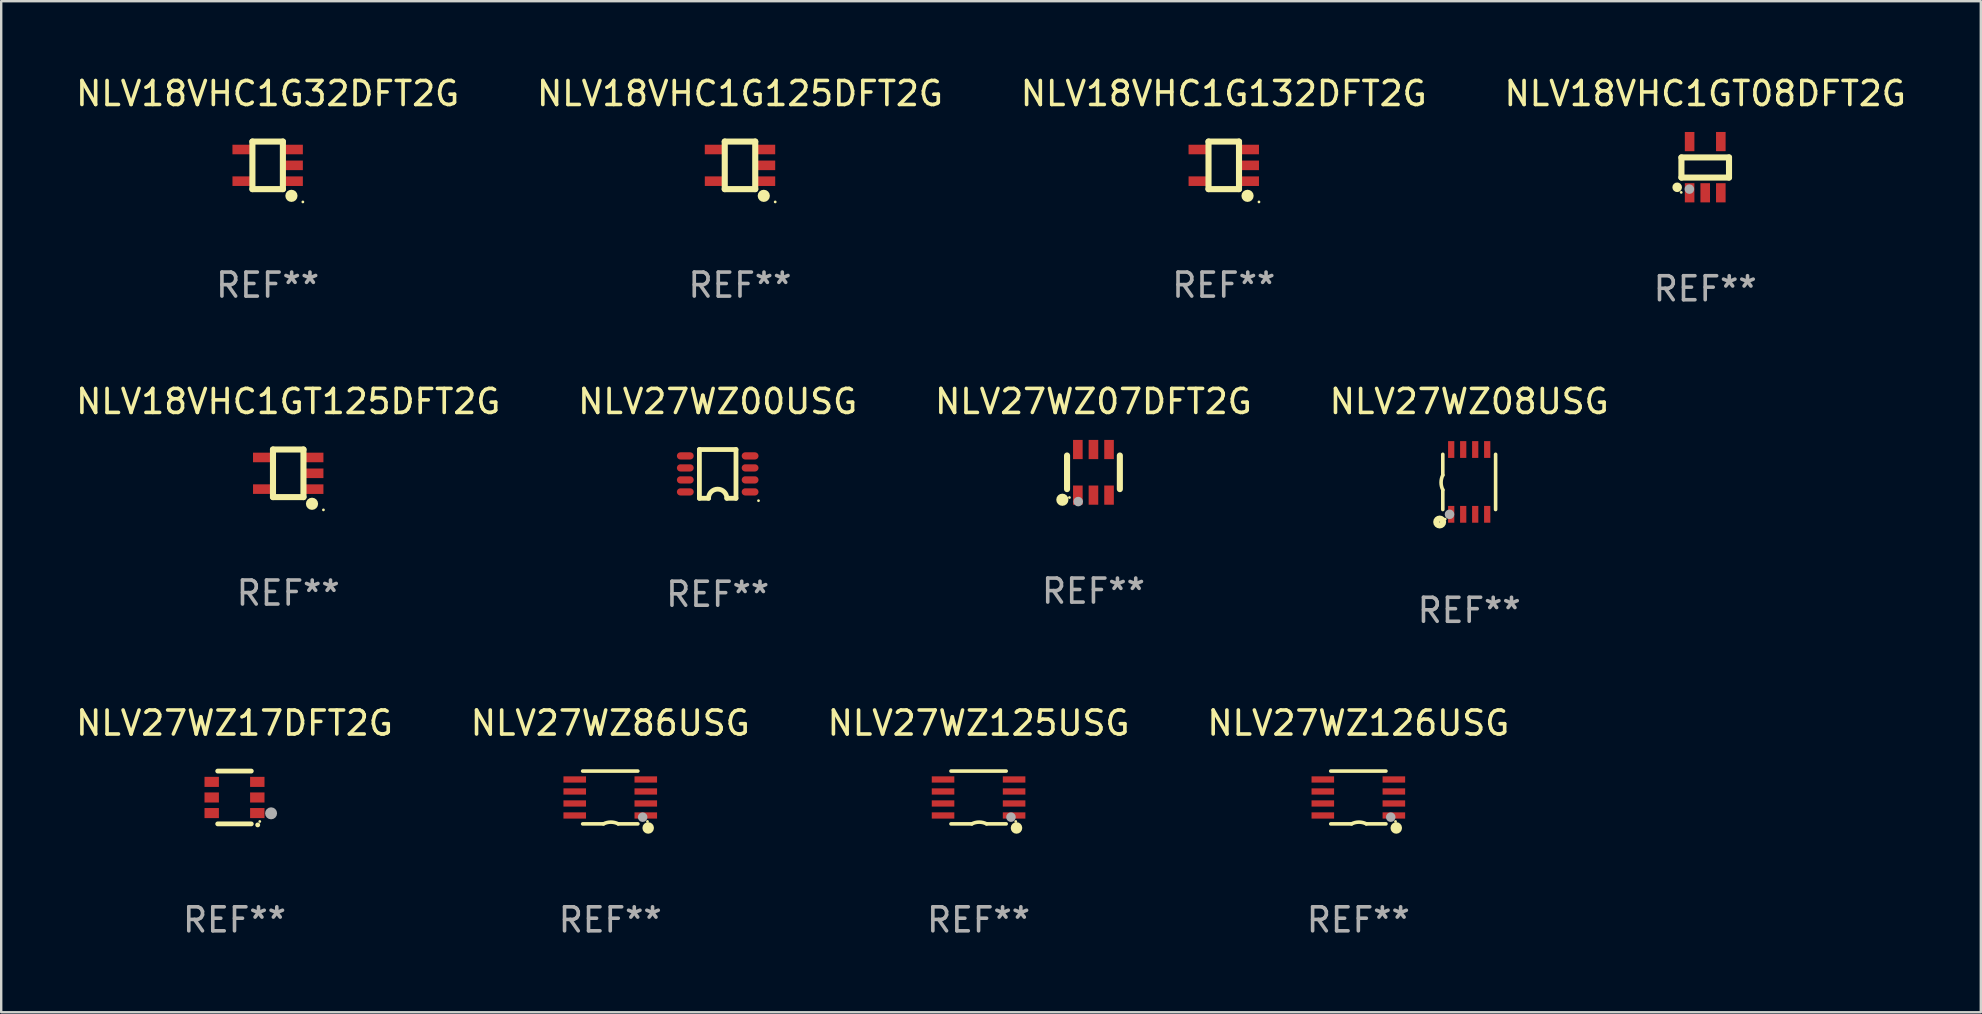
<source format=kicad_pcb>
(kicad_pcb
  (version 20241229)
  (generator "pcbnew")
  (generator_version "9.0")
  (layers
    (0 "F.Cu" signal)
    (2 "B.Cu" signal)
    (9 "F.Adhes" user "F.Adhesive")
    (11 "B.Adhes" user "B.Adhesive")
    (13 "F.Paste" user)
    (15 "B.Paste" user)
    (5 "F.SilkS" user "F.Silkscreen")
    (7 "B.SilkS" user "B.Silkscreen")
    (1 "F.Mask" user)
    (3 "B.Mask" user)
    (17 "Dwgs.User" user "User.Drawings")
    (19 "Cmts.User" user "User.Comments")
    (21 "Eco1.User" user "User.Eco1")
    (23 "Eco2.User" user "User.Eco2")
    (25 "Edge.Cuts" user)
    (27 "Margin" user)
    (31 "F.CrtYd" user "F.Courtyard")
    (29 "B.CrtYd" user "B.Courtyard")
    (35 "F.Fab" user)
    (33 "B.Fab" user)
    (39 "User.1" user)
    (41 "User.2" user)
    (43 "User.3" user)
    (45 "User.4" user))
  (footprint "NLV27WZ86USG"
    (layer "F.Cu")
    (at 22.375 30.175)
    (property "Reference" "NLV27WZ86USG" (at 0 -3.1 0) (layer "F.SilkS") (effects (font (size 1 1) (thickness 0.15))))
    (attr through_hole)
    (fp_line (start -1.15 -1.1) (end 1.15 -1.1) (stroke (width 0.15) (type solid)) (layer "F.SilkS"))
    (fp_line (start -1.15 1.1) (end -0.282 1.1) (stroke (width 0.15) (type solid)) (layer "F.SilkS"))
    (fp_line (start 1.15 1.1) (end 0.332 1.1) (stroke (width 0.15) (type solid)) (layer "F.SilkS"))
    (fp_arc (start -0.282449 1.1) (mid 0.025014 1.026651) (end 0.332741 1.098882) (stroke (width 0.150013) (type solid)) (layer "F.SilkS"))
    (fp_circle (center 1.55 1) (end 1.58 1) (stroke (width 0.06) (type solid)) (fill no) (layer "F.SilkS"))
    (fp_circle (center 1.58 1.27) (end 1.7 1.27) (stroke (width 0.24) (type solid)) (fill no) (layer "F.SilkS"))
    (fp_circle (center 1.35 0.82) (end 1.45 0.82) (stroke (width 0.2) (type solid)) (fill no) (layer "F.Fab"))
    (fp_text user "REF**" (at 0 5.1 0) (layer "F.Fab") (effects (font (size 1 1) (thickness 0.15))))
    (pad "1" smd rect (at 1.48 0.75) (size 0.94 0.26) (layers "F.Cu" "F.Mask" "F.Paste"))
    (pad "2" smd rect (at 1.48 0.25) (size 0.94 0.26) (layers "F.Cu" "F.Mask" "F.Paste"))
    (pad "3" smd rect (at 1.48 -0.25) (size 0.94 0.26) (layers "F.Cu" "F.Mask" "F.Paste"))
    (pad "4" smd rect (at 1.48 -0.75) (size 0.94 0.26) (layers "F.Cu" "F.Mask" "F.Paste"))
    (pad "5" smd rect (at -1.48 -0.75) (size 0.94 0.26) (layers "F.Cu" "F.Mask" "F.Paste"))
    (pad "6" smd rect (at -1.48 -0.25) (size 0.94 0.26) (layers "F.Cu" "F.Mask" "F.Paste"))
    (pad "7" smd rect (at -1.48 0.25) (size 0.94 0.26) (layers "F.Cu" "F.Mask" "F.Paste"))
    (pad "8" smd rect (at -1.48 0.75) (size 0.94 0.26) (layers "F.Cu" "F.Mask" "F.Paste")))
  (footprint "NLV27WZ07DFT2G"
    (layer "F.Cu")
    (at 42.506 16.628)
    (property "Reference" "NLV27WZ07DFT2G" (at 0 -2.95 0) (layer "F.SilkS") (effects (font (size 1 1) (thickness 0.15))))
    (attr through_hole)
    (fp_line (start -1.1 -0.7) (end -1.1 0.7) (stroke (width 0.254) (type solid)) (layer "F.SilkS"))
    (fp_line (start 1.1 -0.7) (end 1.1 0.7) (stroke (width 0.254) (type solid)) (layer "F.SilkS"))
    (fp_circle (center -1.295 1.143) (end -1.168 1.143) (stroke (width 0.254) (type solid)) (fill no) (layer "F.SilkS"))
    (fp_circle (center -1 1.05) (end -0.97 1.05) (stroke (width 0.06) (type solid)) (fill no) (layer "F.SilkS"))
    (fp_circle (center -0.635 1.219) (end -0.535 1.219) (stroke (width 0.2) (type solid)) (fill no) (layer "F.Fab"))
    (fp_text user "REF**" (at 0 4.95 0) (layer "F.Fab") (effects (font (size 1 1) (thickness 0.15))))
    (pad "1" smd rect (at -0.65 0.95) (size 0.4 0.8) (layers "F.Cu" "F.Mask" "F.Paste"))
    (pad "2" smd rect (at 0 0.95) (size 0.4 0.8) (layers "F.Cu" "F.Mask" "F.Paste"))
    (pad "3" smd rect (at 0.65 0.95) (size 0.4 0.8) (layers "F.Cu" "F.Mask" "F.Paste"))
    (pad "4" smd rect (at 0.65 -0.95) (size 0.4 0.8) (layers "F.Cu" "F.Mask" "F.Paste"))
    (pad "5" smd rect (at 0 -0.95) (size 0.4 0.8) (layers "F.Cu" "F.Mask" "F.Paste"))
    (pad "6" smd rect (at -0.65 -0.95) (size 0.4 0.8) (layers "F.Cu" "F.Mask" "F.Paste")))
  (footprint "NLV18VHC1G32DFT2G"
    (layer "F.Cu")
    (at 8.101 3.839)
    (property "Reference" "NLV18VHC1G32DFT2G" (at 0 -2.991 0) (layer "F.SilkS") (effects (font (size 1 1) (thickness 0.15))))
    (attr through_hole)
    (fp_line (start -0.635 -0.991) (end 0.635 -0.991) (stroke (width 0.254) (type solid)) (layer "F.SilkS"))
    (fp_line (start -0.635 0.991) (end -0.635 -0.991) (stroke (width 0.254) (type solid)) (layer "F.SilkS"))
    (fp_line (start 0.635 -0.991) (end 0.635 0.991) (stroke (width 0.254) (type solid)) (layer "F.SilkS"))
    (fp_line (start 0.635 0.991) (end -0.635 0.991) (stroke (width 0.254) (type solid)) (layer "F.SilkS"))
    (fp_circle (center 0.991 1.27) (end 1.118 1.27) (stroke (width 0.254) (type solid)) (fill no) (layer "F.SilkS"))
    (fp_circle (center 1.467 1.524) (end 1.497 1.524) (stroke (width 0.06) (type solid)) (fill no) (layer "F.SilkS"))
    (fp_text user "REF**" (at 0 4.991 0) (layer "F.Fab") (effects (font (size 1 1) (thickness 0.15))))
    (pad "1" smd rect (at 1.067 0.66 180) (size 0.8 0.399) (layers "F.Cu" "F.Mask" "F.Paste"))
    (pad "2" smd rect (at 1.067 0 180) (size 0.8 0.399) (layers "F.Cu" "F.Mask" "F.Paste"))
    (pad "3" smd rect (at 1.067 -0.66 180) (size 0.8 0.399) (layers "F.Cu" "F.Mask" "F.Paste"))
    (pad "4" smd rect (at -1.067 -0.66 180) (size 0.8 0.399) (layers "F.Cu" "F.Mask" "F.Paste"))
    (pad "5" smd rect (at -1.066 0.659 180) (size 0.8 0.399) (layers "F.Cu" "F.Mask" "F.Paste")))
  (footprint "NLV18VHC1GT08DFT2G"
    (layer "F.Cu")
    (at 67.994 3.915)
    (property "Reference" "NLV18VHC1GT08DFT2G" (at 0 -3.067 0) (layer "F.SilkS") (effects (font (size 1 1) (thickness 0.15))))
    (attr through_hole)
    (fp_line (start -0.991 -0.406) (end 0.991 -0.406) (stroke (width 0.254) (type solid)) (layer "F.SilkS"))
    (fp_line (start -0.991 0.432) (end -0.991 -0.406) (stroke (width 0.254) (type solid)) (layer "F.SilkS"))
    (fp_line (start 0.991 -0.406) (end 0.991 0.432) (stroke (width 0.254) (type solid)) (layer "F.SilkS"))
    (fp_line (start 0.991 0.432) (end -0.991 0.432) (stroke (width 0.254) (type solid)) (layer "F.SilkS"))
    (fp_circle (center -1.168 0.838) (end -1.068 0.838) (stroke (width 0.2) (type solid)) (fill no) (layer "F.SilkS"))
    (fp_circle (center -1 1.05) (end -0.97 1.05) (stroke (width 0.06) (type solid)) (fill no) (layer "F.SilkS"))
    (fp_circle (center -0.66 0.914) (end -0.56 0.914) (stroke (width 0.2) (type solid)) (fill no) (layer "F.Fab"))
    (fp_text user "REF**" (at 0 5.067 0) (layer "F.Fab") (effects (font (size 1 1) (thickness 0.15))))
    (pad "1" smd rect (at -0.65 1.067 90) (size 0.8 0.399) (layers "F.Cu" "F.Mask" "F.Paste"))
    (pad "2" smd rect (at 0 1.067 90) (size 0.8 0.399) (layers "F.Cu" "F.Mask" "F.Paste"))
    (pad "3" smd rect (at 0.65 1.067 90) (size 0.8 0.399) (layers "F.Cu" "F.Mask" "F.Paste"))
    (pad "4" smd rect (at 0.65 -1.067 90) (size 0.8 0.399) (layers "F.Cu" "F.Mask" "F.Paste"))
    (pad "5" smd rect (at -0.65 -1.066 90) (size 0.8 0.399) (layers "F.Cu" "F.Mask" "F.Paste")))
  (footprint "NLV27WZ126USG"
    (layer "F.Cu")
    (at 53.542 30.175)
    (property "Reference" "NLV27WZ126USG" (at 0 -3.1 0) (layer "F.SilkS") (effects (font (size 1 1) (thickness 0.15))))
    (attr through_hole)
    (fp_line (start -1.15 -1.1) (end 1.15 -1.1) (stroke (width 0.15) (type solid)) (layer "F.SilkS"))
    (fp_line (start -1.15 1.1) (end -0.282 1.1) (stroke (width 0.15) (type solid)) (layer "F.SilkS"))
    (fp_line (start 1.15 1.1) (end 0.332 1.1) (stroke (width 0.15) (type solid)) (layer "F.SilkS"))
    (fp_arc (start -0.282449 1.1) (mid 0.025014 1.026651) (end 0.332741 1.098882) (stroke (width 0.150013) (type solid)) (layer "F.SilkS"))
    (fp_circle (center 1.55 1) (end 1.58 1) (stroke (width 0.06) (type solid)) (fill no) (layer "F.SilkS"))
    (fp_circle (center 1.58 1.27) (end 1.7 1.27) (stroke (width 0.24) (type solid)) (fill no) (layer "F.SilkS"))
    (fp_circle (center 1.35 0.82) (end 1.45 0.82) (stroke (width 0.2) (type solid)) (fill no) (layer "F.Fab"))
    (fp_text user "REF**" (at 0 5.1 0) (layer "F.Fab") (effects (font (size 1 1) (thickness 0.15))))
    (pad "1" smd rect (at 1.48 0.75) (size 0.94 0.26) (layers "F.Cu" "F.Mask" "F.Paste"))
    (pad "2" smd rect (at 1.48 0.25) (size 0.94 0.26) (layers "F.Cu" "F.Mask" "F.Paste"))
    (pad "3" smd rect (at 1.48 -0.25) (size 0.94 0.26) (layers "F.Cu" "F.Mask" "F.Paste"))
    (pad "4" smd rect (at 1.48 -0.75) (size 0.94 0.26) (layers "F.Cu" "F.Mask" "F.Paste"))
    (pad "5" smd rect (at -1.48 -0.75) (size 0.94 0.26) (layers "F.Cu" "F.Mask" "F.Paste"))
    (pad "6" smd rect (at -1.48 -0.25) (size 0.94 0.26) (layers "F.Cu" "F.Mask" "F.Paste"))
    (pad "7" smd rect (at -1.48 0.25) (size 0.94 0.26) (layers "F.Cu" "F.Mask" "F.Paste"))
    (pad "8" smd rect (at -1.48 0.75) (size 0.94 0.26) (layers "F.Cu" "F.Mask" "F.Paste")))
  (footprint "NLV18VHC1GT125DFT2G"
    (layer "F.Cu")
    (at 8.958 16.669)
    (property "Reference" "NLV18VHC1GT125DFT2G" (at 0 -2.991 0) (layer "F.SilkS") (effects (font (size 1 1) (thickness 0.15))))
    (attr through_hole)
    (fp_line (start -0.635 -0.991) (end 0.635 -0.991) (stroke (width 0.254) (type solid)) (layer "F.SilkS"))
    (fp_line (start -0.635 0.991) (end -0.635 -0.991) (stroke (width 0.254) (type solid)) (layer "F.SilkS"))
    (fp_line (start 0.635 -0.991) (end 0.635 0.991) (stroke (width 0.254) (type solid)) (layer "F.SilkS"))
    (fp_line (start 0.635 0.991) (end -0.635 0.991) (stroke (width 0.254) (type solid)) (layer "F.SilkS"))
    (fp_circle (center 0.991 1.27) (end 1.118 1.27) (stroke (width 0.254) (type solid)) (fill no) (layer "F.SilkS"))
    (fp_circle (center 1.467 1.524) (end 1.497 1.524) (stroke (width 0.06) (type solid)) (fill no) (layer "F.SilkS"))
    (fp_text user "REF**" (at 0 4.991 0) (layer "F.Fab") (effects (font (size 1 1) (thickness 0.15))))
    (pad "1" smd rect (at 1.067 0.66 180) (size 0.8 0.399) (layers "F.Cu" "F.Mask" "F.Paste"))
    (pad "2" smd rect (at 1.067 0 180) (size 0.8 0.399) (layers "F.Cu" "F.Mask" "F.Paste"))
    (pad "3" smd rect (at 1.067 -0.66 180) (size 0.8 0.399) (layers "F.Cu" "F.Mask" "F.Paste"))
    (pad "4" smd rect (at -1.067 -0.66 180) (size 0.8 0.399) (layers "F.Cu" "F.Mask" "F.Paste"))
    (pad "5" smd rect (at -1.066 0.659 180) (size 0.8 0.399) (layers "F.Cu" "F.Mask" "F.Paste")))
  (footprint "NLV27WZ08USG"
    (layer "F.Cu")
    (at 58.161 17.028)
    (property "Reference" "NLV27WZ08USG" (at 0 -3.35 0) (layer "F.SilkS") (effects (font (size 1 1) (thickness 0.15))))
    (attr through_hole)
    (fp_line (start -1.1 -1.15) (end -1.1 -0.282) (stroke (width 0.15) (type solid)) (layer "F.SilkS"))
    (fp_line (start -1.1 1.15) (end -1.1 0.332) (stroke (width 0.15) (type solid)) (layer "F.SilkS"))
    (fp_line (start 1.1 -1.15) (end 1.1 1.15) (stroke (width 0.15) (type solid)) (layer "F.SilkS"))
    (fp_arc (start -1.098883 0.33274) (mid -1.171878 0.025277) (end -1.1 -0.282449) (stroke (width 0.150013) (type solid)) (layer "F.SilkS"))
    (fp_circle (center -1.23 1.67) (end -1.087 1.67) (stroke (width 0.254) (type solid)) (fill no) (layer "F.SilkS"))
    (fp_circle (center -1 1.55) (end -0.97 1.55) (stroke (width 0.06) (type solid)) (fill no) (layer "F.SilkS"))
    (fp_circle (center -0.82 1.35) (end -0.72 1.35) (stroke (width 0.2) (type solid)) (fill no) (layer "F.Fab"))
    (fp_text user "REF**" (at 0 5.35 0) (layer "F.Fab") (effects (font (size 1 1) (thickness 0.15))))
    (pad "1" smd rect (at -0.75 1.35) (size 0.26 0.7) (layers "F.Cu" "F.Mask" "F.Paste"))
    (pad "2" smd rect (at -0.25 1.35) (size 0.26 0.7) (layers "F.Cu" "F.Mask" "F.Paste"))
    (pad "3" smd rect (at 0.25 1.35) (size 0.26 0.7) (layers "F.Cu" "F.Mask" "F.Paste"))
    (pad "4" smd rect (at 0.75 1.35) (size 0.26 0.7) (layers "F.Cu" "F.Mask" "F.Paste"))
    (pad "5" smd rect (at 0.75 -1.35) (size 0.26 0.7) (layers "F.Cu" "F.Mask" "F.Paste"))
    (pad "6" smd rect (at 0.25 -1.35) (size 0.26 0.7) (layers "F.Cu" "F.Mask" "F.Paste"))
    (pad "7" smd rect (at -0.25 -1.35) (size 0.26 0.7) (layers "F.Cu" "F.Mask" "F.Paste"))
    (pad "8" smd rect (at -0.75 -1.35) (size 0.26 0.7) (layers "F.Cu" "F.Mask" "F.Paste")))
  (footprint "NLV27WZ125USG"
    (layer "F.Cu")
    (at 37.72 30.175)
    (property "Reference" "NLV27WZ125USG" (at 0 -3.1 0) (layer "F.SilkS") (effects (font (size 1 1) (thickness 0.15))))
    (attr through_hole)
    (fp_line (start -1.15 -1.1) (end 1.15 -1.1) (stroke (width 0.15) (type solid)) (layer "F.SilkS"))
    (fp_line (start -1.15 1.1) (end -0.282 1.1) (stroke (width 0.15) (type solid)) (layer "F.SilkS"))
    (fp_line (start 1.15 1.1) (end 0.332 1.1) (stroke (width 0.15) (type solid)) (layer "F.SilkS"))
    (fp_arc (start -0.282449 1.1) (mid 0.025014 1.026651) (end 0.332741 1.098882) (stroke (width 0.150013) (type solid)) (layer "F.SilkS"))
    (fp_circle (center 1.55 1) (end 1.58 1) (stroke (width 0.06) (type solid)) (fill no) (layer "F.SilkS"))
    (fp_circle (center 1.58 1.27) (end 1.7 1.27) (stroke (width 0.24) (type solid)) (fill no) (layer "F.SilkS"))
    (fp_circle (center 1.35 0.82) (end 1.45 0.82) (stroke (width 0.2) (type solid)) (fill no) (layer "F.Fab"))
    (fp_text user "REF**" (at 0 5.1 0) (layer "F.Fab") (effects (font (size 1 1) (thickness 0.15))))
    (pad "1" smd rect (at 1.48 0.75) (size 0.94 0.26) (layers "F.Cu" "F.Mask" "F.Paste"))
    (pad "2" smd rect (at 1.48 0.25) (size 0.94 0.26) (layers "F.Cu" "F.Mask" "F.Paste"))
    (pad "3" smd rect (at 1.48 -0.25) (size 0.94 0.26) (layers "F.Cu" "F.Mask" "F.Paste"))
    (pad "4" smd rect (at 1.48 -0.75) (size 0.94 0.26) (layers "F.Cu" "F.Mask" "F.Paste"))
    (pad "5" smd rect (at -1.48 -0.75) (size 0.94 0.26) (layers "F.Cu" "F.Mask" "F.Paste"))
    (pad "6" smd rect (at -1.48 -0.25) (size 0.94 0.26) (layers "F.Cu" "F.Mask" "F.Paste"))
    (pad "7" smd rect (at -1.48 0.25) (size 0.94 0.26) (layers "F.Cu" "F.Mask" "F.Paste"))
    (pad "8" smd rect (at -1.48 0.75) (size 0.94 0.26) (layers "F.Cu" "F.Mask" "F.Paste")))
  (footprint "NLV18VHC1G125DFT2G"
    (layer "F.Cu")
    (at 27.78 3.839)
    (property "Reference" "NLV18VHC1G125DFT2G" (at 0 -2.991 0) (layer "F.SilkS") (effects (font (size 1 1) (thickness 0.15))))
    (attr through_hole)
    (fp_line (start -0.635 -0.991) (end 0.635 -0.991) (stroke (width 0.254) (type solid)) (layer "F.SilkS"))
    (fp_line (start -0.635 0.991) (end -0.635 -0.991) (stroke (width 0.254) (type solid)) (layer "F.SilkS"))
    (fp_line (start 0.635 -0.991) (end 0.635 0.991) (stroke (width 0.254) (type solid)) (layer "F.SilkS"))
    (fp_line (start 0.635 0.991) (end -0.635 0.991) (stroke (width 0.254) (type solid)) (layer "F.SilkS"))
    (fp_circle (center 0.991 1.27) (end 1.118 1.27) (stroke (width 0.254) (type solid)) (fill no) (layer "F.SilkS"))
    (fp_circle (center 1.467 1.524) (end 1.497 1.524) (stroke (width 0.06) (type solid)) (fill no) (layer "F.SilkS"))
    (fp_text user "REF**" (at 0 4.991 0) (layer "F.Fab") (effects (font (size 1 1) (thickness 0.15))))
    (pad "1" smd rect (at 1.067 0.66 180) (size 0.8 0.399) (layers "F.Cu" "F.Mask" "F.Paste"))
    (pad "2" smd rect (at 1.067 0 180) (size 0.8 0.399) (layers "F.Cu" "F.Mask" "F.Paste"))
    (pad "3" smd rect (at 1.067 -0.66 180) (size 0.8 0.399) (layers "F.Cu" "F.Mask" "F.Paste"))
    (pad "4" smd rect (at -1.067 -0.66 180) (size 0.8 0.399) (layers "F.Cu" "F.Mask" "F.Paste"))
    (pad "5" smd rect (at -1.066 0.659 180) (size 0.8 0.399) (layers "F.Cu" "F.Mask" "F.Paste")))
  (footprint "NLV27WZ00USG"
    (layer "F.Cu")
    (at 26.851 16.694)
    (property "Reference" "NLV27WZ00USG" (at 0 -3.016 0) (layer "F.SilkS") (effects (font (size 1 1) (thickness 0.15))))
    (attr through_hole)
    (fp_line (start -0.762 -1.016) (end 0.762 -1.016) (stroke (width 0.2) (type solid)) (layer "F.SilkS"))
    (fp_line (start -0.762 1.016) (end -0.762 -1.016) (stroke (width 0.2) (type solid)) (layer "F.SilkS"))
    (fp_line (start -0.381 1.016) (end -0.762 1.016) (stroke (width 0.2) (type solid)) (layer "F.SilkS"))
    (fp_line (start 0.762 -1.016) (end 0.762 1.016) (stroke (width 0.2) (type solid)) (layer "F.SilkS"))
    (fp_line (start 0.762 1.016) (end 0.381 1.016) (stroke (width 0.2) (type solid)) (layer "F.SilkS"))
    (fp_arc (start -0.381051 1.015977) (mid -0.000025 0.635281) (end 0.381001 1.015977) (stroke (width 0.2) (type solid)) (layer "F.SilkS"))
    (fp_circle (center 1.7 1.116) (end 1.73 1.116) (stroke (width 0.06) (type solid)) (fill no) (layer "F.SilkS"))
    (fp_text user "REF**" (at 0 5.016 0) (layer "F.Fab") (effects (font (size 1 1) (thickness 0.15))))
    (pad "1" smd oval (at 1.35 0.75 90) (size 0.3 0.7) (layers "F.Cu" "F.Mask" "F.Paste"))
    (pad "2" smd oval (at 1.35 0.25 90) (size 0.3 0.7) (layers "F.Cu" "F.Mask" "F.Paste"))
    (pad "3" smd oval (at 1.35 -0.25 90) (size 0.3 0.7) (layers "F.Cu" "F.Mask" "F.Paste"))
    (pad "4" smd oval (at 1.35 -0.75 90) (size 0.3 0.7) (layers "F.Cu" "F.Mask" "F.Paste"))
    (pad "5" smd oval (at -1.35 -0.75 90) (size 0.3 0.7) (layers "F.Cu" "F.Mask" "F.Paste"))
    (pad "6" smd oval (at -1.35 -0.25 90) (size 0.3 0.7) (layers "F.Cu" "F.Mask" "F.Paste"))
    (pad "7" smd oval (at -1.35 0.25 90) (size 0.3 0.7) (layers "F.Cu" "F.Mask" "F.Paste"))
    (pad "8" smd oval (at -1.35 0.75 90) (size 0.3 0.7) (layers "F.Cu" "F.Mask" "F.Paste")))
  (footprint "NLV27WZ17DFT2G"
    (layer "F.Cu")
    (at 6.72 30.175)
    (property "Reference" "NLV27WZ17DFT2G" (at 0 -3.1 0) (layer "F.SilkS") (effects (font (size 1 1) (thickness 0.15))))
    (attr through_hole)
    (fp_line (start -0.7 -1.1) (end 0.7 -1.1) (stroke (width 0.2) (type solid)) (layer "F.SilkS"))
    (fp_line (start -0.7 1.1) (end 0.7 1.1) (stroke (width 0.2) (type solid)) (layer "F.SilkS"))
    (fp_arc (start 0.965202 1.143002) (mid 0.966472 1.142996) (end 0.967742 1.143002) (stroke (width 0.2) (type solid)) (layer "F.SilkS"))
    (fp_circle (center 1.053 1) (end 1.083 1) (stroke (width 0.06) (type solid)) (fill no) (layer "F.SilkS"))
    (fp_circle (center 1.524 0.66) (end 1.649 0.66) (stroke (width 0.25) (type solid)) (fill no) (layer "F.Fab"))
    (fp_text user "REF**" (at 0 5.1 0) (layer "F.Fab") (effects (font (size 1 1) (thickness 0.15))))
    (pad "1" smd rect (at 0.95 0.65 90) (size 0.42 0.6) (layers "F.Cu" "F.Mask" "F.Paste"))
    (pad "2" smd rect (at 0.95 0 90) (size 0.42 0.6) (layers "F.Cu" "F.Mask" "F.Paste"))
    (pad "3" smd rect (at 0.95 -0.65 90) (size 0.42 0.6) (layers "F.Cu" "F.Mask" "F.Paste"))
    (pad "4" smd rect (at -0.95 -0.65 270) (size 0.42 0.6) (layers "F.Cu" "F.Mask" "F.Paste"))
    (pad "5" smd rect (at -0.95 0 270) (size 0.42 0.6) (layers "F.Cu" "F.Mask" "F.Paste"))
    (pad "6" smd rect (at -0.95 0.65 270) (size 0.42 0.6) (layers "F.Cu" "F.Mask" "F.Paste")))
  (footprint "NLV18VHC1G132DFT2G"
    (layer "F.Cu")
    (at 47.935 3.839)
    (property "Reference" "NLV18VHC1G132DFT2G" (at 0 -2.991 0) (layer "F.SilkS") (effects (font (size 1 1) (thickness 0.15))))
    (attr through_hole)
    (fp_line (start -0.635 -0.991) (end 0.635 -0.991) (stroke (width 0.254) (type solid)) (layer "F.SilkS"))
    (fp_line (start -0.635 0.991) (end -0.635 -0.991) (stroke (width 0.254) (type solid)) (layer "F.SilkS"))
    (fp_line (start 0.635 -0.991) (end 0.635 0.991) (stroke (width 0.254) (type solid)) (layer "F.SilkS"))
    (fp_line (start 0.635 0.991) (end -0.635 0.991) (stroke (width 0.254) (type solid)) (layer "F.SilkS"))
    (fp_circle (center 0.991 1.27) (end 1.118 1.27) (stroke (width 0.254) (type solid)) (fill no) (layer "F.SilkS"))
    (fp_circle (center 1.467 1.524) (end 1.497 1.524) (stroke (width 0.06) (type solid)) (fill no) (layer "F.SilkS"))
    (fp_text user "REF**" (at 0 4.991 0) (layer "F.Fab") (effects (font (size 1 1) (thickness 0.15))))
    (pad "1" smd rect (at 1.067 0.66 180) (size 0.8 0.399) (layers "F.Cu" "F.Mask" "F.Paste"))
    (pad "2" smd rect (at 1.067 0 180) (size 0.8 0.399) (layers "F.Cu" "F.Mask" "F.Paste"))
    (pad "3" smd rect (at 1.067 -0.66 180) (size 0.8 0.399) (layers "F.Cu" "F.Mask" "F.Paste"))
    (pad "4" smd rect (at -1.067 -0.66 180) (size 0.8 0.399) (layers "F.Cu" "F.Mask" "F.Paste"))
    (pad "5" smd rect (at -1.066 0.659 180) (size 0.8 0.399) (layers "F.Cu" "F.Mask" "F.Paste")))
  (gr_rect
    (start -3 -3)
    (end 79.476 39.123)
    (stroke (width 0.1) (type default))
    (fill no)
    (layer "Edge.Cuts")))
</source>
